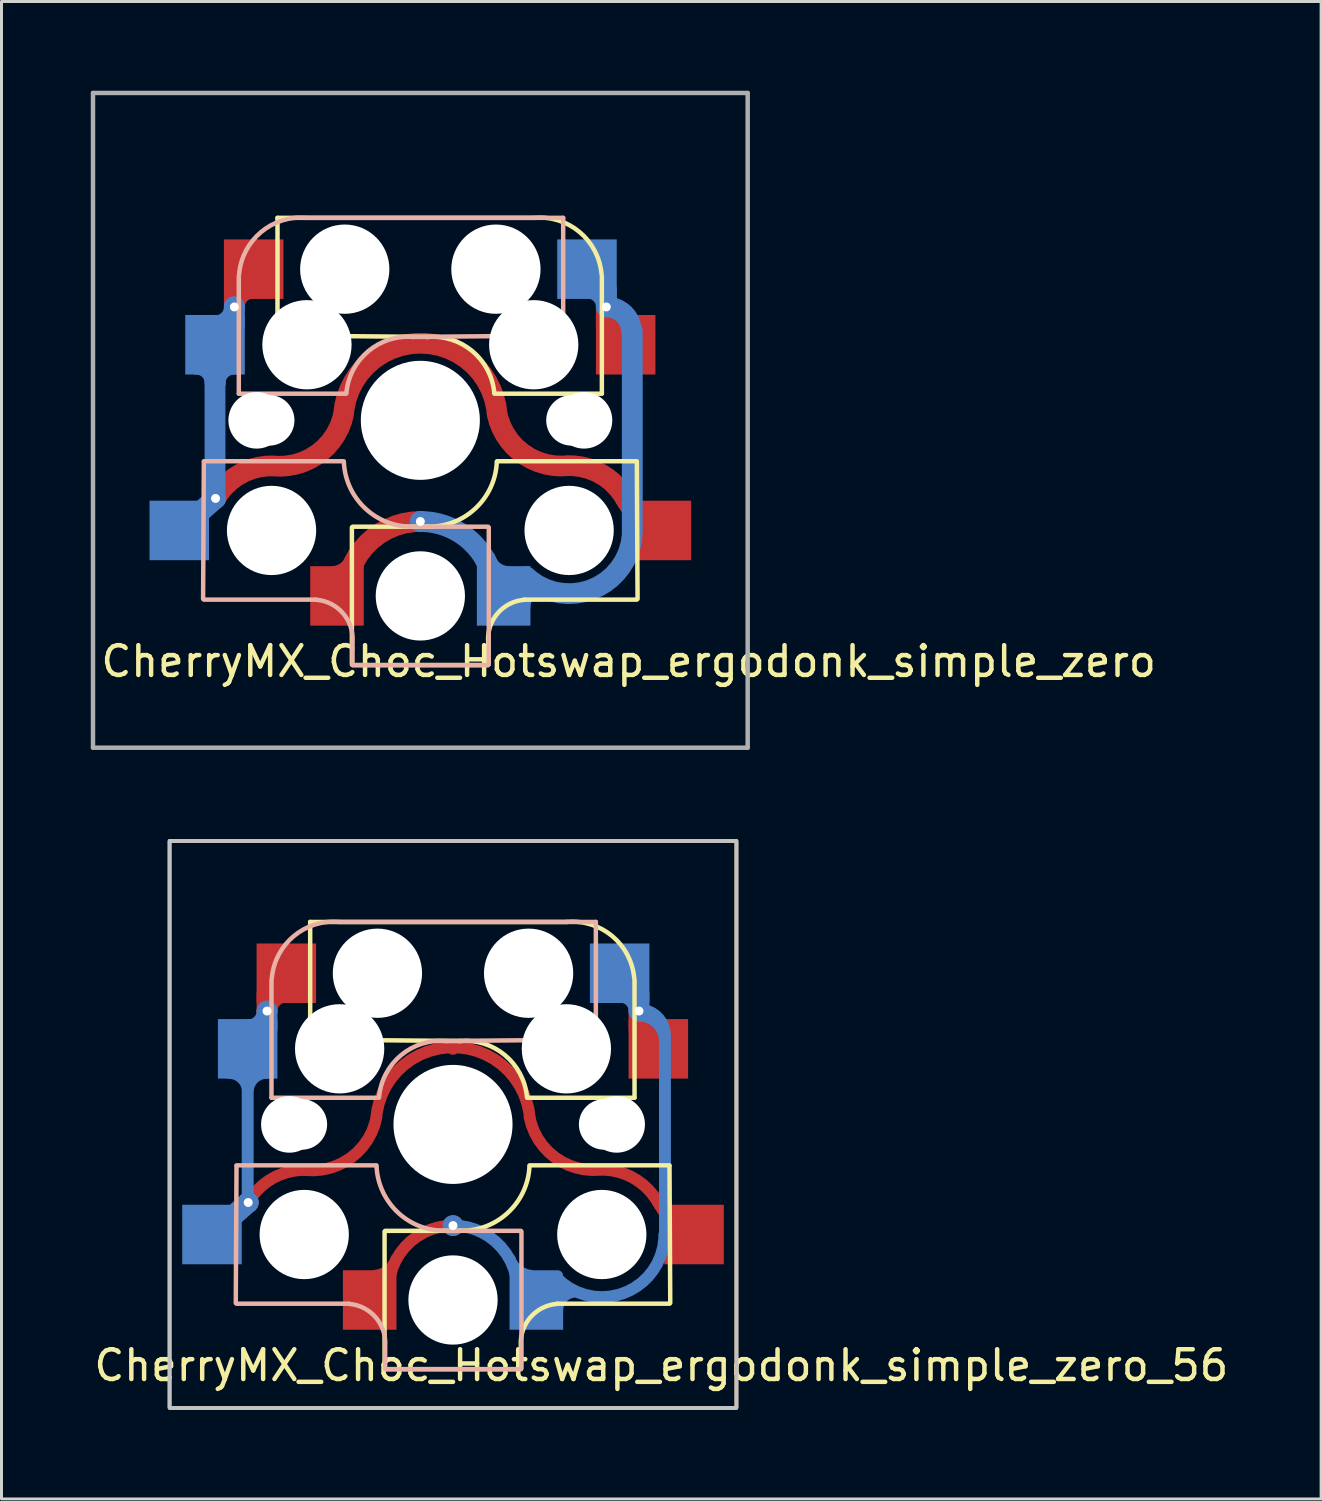
<source format=kicad_pcb>
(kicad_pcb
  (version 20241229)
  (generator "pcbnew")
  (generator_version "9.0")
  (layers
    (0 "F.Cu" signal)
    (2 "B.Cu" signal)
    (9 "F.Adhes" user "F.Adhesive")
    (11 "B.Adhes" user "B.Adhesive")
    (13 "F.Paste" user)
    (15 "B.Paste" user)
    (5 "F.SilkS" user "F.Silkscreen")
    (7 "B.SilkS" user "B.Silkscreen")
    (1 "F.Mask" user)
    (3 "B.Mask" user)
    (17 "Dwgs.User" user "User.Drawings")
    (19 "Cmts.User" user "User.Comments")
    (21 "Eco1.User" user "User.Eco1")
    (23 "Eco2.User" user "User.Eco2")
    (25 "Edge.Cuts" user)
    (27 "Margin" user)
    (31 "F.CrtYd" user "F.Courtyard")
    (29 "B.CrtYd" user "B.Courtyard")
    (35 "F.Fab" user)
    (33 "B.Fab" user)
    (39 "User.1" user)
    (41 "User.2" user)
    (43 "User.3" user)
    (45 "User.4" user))
  (footprint "CherryMX_Choc_Hotswap_ergodonk_simple_zero_56"
    (layer "F.Cu")
    (at 12.173 34.735)
    (property "Reference" "CherryMX_Choc_Hotswap_ergodonk_simple_zero_56" (at 7 8.1 0) (layer "F.SilkS") (effects (font (size 1 1) (thickness 0.15))))
    (attr through_hole)
    (fp_line (start -4.8 -6.804) (end 3.825 -6.804) (stroke (width 0.15) (type solid)) (layer "F.SilkS"))
    (fp_line (start -4.8 -2.896) (end -4.8 -6.804) (stroke (width 0.15) (type solid)) (layer "F.SilkS"))
    (fp_line (start -4.8 -2.85) (end 0.25 -2.804) (stroke (width 0.15) (type solid)) (layer "F.SilkS"))
    (fp_line (start -2.3 3.6) (end -2.3 8.2) (stroke (width 0.15) (type solid)) (layer "F.SilkS"))
    (fp_line (start -2.275 3.575) (end 0.275 3.575) (stroke (width 0.15) (type solid)) (layer "F.SilkS"))
    (fp_line (start -2.275 8.225) (end 2.275 8.225) (stroke (width 0.15) (type solid)) (layer "F.SilkS"))
    (fp_line (start 2.28 7.5) (end 2.28 8.2) (stroke (width 0.15) (type solid)) (layer "F.SilkS"))
    (fp_line (start 2.575 1.375) (end 7.275 1.375) (stroke (width 0.15) (type solid)) (layer "F.SilkS"))
    (fp_line (start 3.5 6.025) (end 7.275 6.025) (stroke (width 0.15) (type solid)) (layer "F.SilkS"))
    (fp_line (start 6.1 -4.85) (end 6.1 -0.905) (stroke (width 0.15) (type solid)) (layer "F.SilkS"))
    (fp_line (start 6.1 -0.896) (end 2.49 -0.896) (stroke (width 0.15) (type solid)) (layer "F.SilkS"))
    (fp_line (start 7.275 1.4) (end 7.3 6) (stroke (width 0.15) (type solid)) (layer "F.SilkS"))
    (fp_rect (start 9.525 -9.525) (end -9.525 9.525) (stroke (width 0.12) (type default)) (fill no) (layer "F.SilkS"))
    (fp_arc (start 0.225 -2.8) (mid 1.744361 -2.328061) (end 2.485 -0.92) (stroke (width 0.15) (type solid)) (layer "F.SilkS"))
    (fp_arc (start 2.28 7.45) (mid 2.595908 6.48733) (end 3.5 6.03) (stroke (width 0.15) (type solid)) (layer "F.SilkS"))
    (fp_arc (start 2.57 1.4) (mid 1.834422 2.975843) (end 0.2 3.57) (stroke (width 0.15) (type solid)) (layer "F.SilkS"))
    (fp_arc (start 3.825 -6.804) (mid 5.347189 -6.33089) (end 6.089 -4.92) (stroke (width 0.15) (type solid)) (layer "F.SilkS"))
    (fp_line (start -7.275 1.4) (end -7.3 6) (stroke (width 0.15) (type solid)) (layer "B.SilkS"))
    (fp_line (start -6.1 -4.85) (end -6.1 -0.905) (stroke (width 0.15) (type solid)) (layer "B.SilkS"))
    (fp_line (start -6.1 -0.896) (end -2.49 -0.896) (stroke (width 0.15) (type solid)) (layer "B.SilkS"))
    (fp_line (start -3.5 6.025) (end -7.275 6.025) (stroke (width 0.15) (type solid)) (layer "B.SilkS"))
    (fp_line (start -2.575 1.375) (end -7.275 1.375) (stroke (width 0.15) (type solid)) (layer "B.SilkS"))
    (fp_line (start -2.28 7.5) (end -2.28 8.2) (stroke (width 0.15) (type solid)) (layer "B.SilkS"))
    (fp_line (start 2.275 3.575) (end -0.275 3.575) (stroke (width 0.15) (type solid)) (layer "B.SilkS"))
    (fp_line (start 2.275 8.225) (end -2.275 8.225) (stroke (width 0.15) (type solid)) (layer "B.SilkS"))
    (fp_line (start 2.3 3.6) (end 2.3 8.2) (stroke (width 0.15) (type solid)) (layer "B.SilkS"))
    (fp_line (start 4.8 -6.804) (end -3.825 -6.804) (stroke (width 0.15) (type solid)) (layer "B.SilkS"))
    (fp_line (start 4.8 -2.896) (end 4.8 -6.804) (stroke (width 0.15) (type solid)) (layer "B.SilkS"))
    (fp_line (start 4.8 -2.85) (end -0.25 -2.804) (stroke (width 0.15) (type solid)) (layer "B.SilkS"))
    (fp_rect (start 9.525 -9.525) (end -9.525 9.525) (stroke (width 0.12) (type default)) (fill no) (layer "B.SilkS"))
    (fp_arc (start -6.089 -4.92) (mid -5.347189 -6.33089) (end -3.825 -6.804) (stroke (width 0.15) (type solid)) (layer "B.SilkS"))
    (fp_arc (start -3.5 6.03) (mid -2.595908 6.48733) (end -2.28 7.45) (stroke (width 0.15) (type solid)) (layer "B.SilkS"))
    (fp_arc (start -2.485 -0.92) (mid -1.744361 -2.328061) (end -0.225 -2.8) (stroke (width 0.15) (type solid)) (layer "B.SilkS"))
    (fp_arc (start -0.2 3.57) (mid -1.834422 2.975843) (end -2.57 1.4) (stroke (width 0.15) (type solid)) (layer "B.SilkS"))
    (fp_rect (start 9.525 -9.525) (end -9.525 9.525) (stroke (width 0.12) (type default)) (fill no) (layer "Dwgs.User"))
    (fp_line (start -9 -9) (end 9 -9) (stroke (width 0.15) (type solid)) (layer "Eco2.User"))
    (fp_line (start -9 9) (end -9 -9) (stroke (width 0.15) (type solid)) (layer "Eco2.User"))
    (fp_line (start -7 -7) (end 7 -7) (stroke (width 0.15) (type solid)) (layer "Eco2.User"))
    (fp_line (start -7 7) (end -7 -7) (stroke (width 0.15) (type solid)) (layer "Eco2.User"))
    (fp_line (start 7 -7) (end 7 7) (stroke (width 0.15) (type solid)) (layer "Eco2.User"))
    (fp_line (start 7 7) (end -7 7) (stroke (width 0.15) (type solid)) (layer "Eco2.User"))
    (fp_line (start 9 -9) (end 9 9) (stroke (width 0.15) (type solid)) (layer "Eco2.User"))
    (fp_line (start 9 9) (end -9 9) (stroke (width 0.15) (type solid)) (layer "Eco2.User"))
    (pad "" np_thru_hole circle (at -5.5 0 90) (size 1.9 1.9) (drill 1.9) (layers "*.Cu" "*.Mask"))
    (pad "" np_thru_hole circle (at -5.08 0) (size 1.7 1.7) (drill 1.7) (layers "*.Cu" "*.Mask"))
    (pad "" np_thru_hole circle (at -5 3.7 90) (size 3 3) (drill 3) (layers "*.Cu" "*.Mask"))
    (pad "" np_thru_hole circle (at -3.81 -2.54 180) (size 3 3) (drill 3) (layers "*.Cu" "*.Mask"))
    (pad "" np_thru_hole circle (at -2.54 -5.08 180) (size 3 3) (drill 3) (layers "*.Cu" "*.Mask"))
    (pad "" np_thru_hole circle (at 0 0 90) (size 4 4) (drill 4) (layers "*.Cu" "*.Mask"))
    (pad "" np_thru_hole circle (at 0 5.9 90) (size 3 3) (drill 3) (layers "*.Cu" "*.Mask"))
    (pad "" np_thru_hole circle (at 2.54 -5.08 180) (size 3 3) (drill 3) (layers "*.Cu" "*.Mask"))
    (pad "" np_thru_hole circle (at 3.81 -2.54 180) (size 3 3) (drill 3) (layers "*.Cu" "*.Mask"))
    (pad "" np_thru_hole circle (at 5 3.7 270) (size 3 3) (drill 3) (layers "*.Cu" "*.Mask"))
    (pad "" np_thru_hole circle (at 5.08 0) (size 1.7 1.7) (drill 1.7) (layers "*.Cu" "*.Mask"))
    (pad "" np_thru_hole circle (at 5.5 0 90) (size 1.9 1.9) (drill 1.9) (layers "*.Cu" "*.Mask"))
    (pad "5" smd rect (at -2.8 5.9 180) (size 1.8 2) (layers "F.Cu" "F.Mask" "F.Paste"))
    (pad "5" smd custom (at 0 3.4 180) (size 0.5 0.5) (layers "F.Cu") (options (anchor circle)) (primitives (gr_arc (start 2.162317 -2.145078) (mid 1.522907 -0.62724) (end 0 0) (width 0.4)) (gr_arc (start 1.91 -1.130079) (mid 2.168641 -1.50068) (end 2.583232 -1.680555) (width 0.4))))
    (pad "5" thru_hole circle (at 0 3.4) (size 0.7 0.7) (drill 0.3) (layers "*.Cu"))
    (pad "5" smd custom (at 1.523 4.027) (size 0.4 0.4) (layers "B.Cu") (options (anchor circle)) (primitives (gr_arc (start -1.522907 -0.62724) (mid 0 0) (end 0.63941 1.517838) (width 0.4)) (gr_arc (start 1.060325 1.053315) (mid 0.645733 0.873441) (end 0.387091 0.50284) (width 0.4))))
    (pad "5" smd roundrect (at 2.8 5.9 180) (size 1.8 2) (layers "B.Cu" "B.Mask" "B.Paste") (roundrect_rratio 0.1) (chamfer_ratio 0) (chamfer top_left top_right bottom_right))
    (pad "5" smd rect (at 5.6 -5.08 180) (size 2 2) (layers "B.Cu" "B.Mask" "B.Paste"))
    (pad "5" smd custom (at 6.19 -3.21) (size 0.5 0.5) (layers "F.Cu" "F.Mask" "F.Paste") (options (anchor circle)) (primitives (gr_arc (start 0.69 0.03) (mid 0.244523 -0.154523) (end 0.06 -0.6) (width 0.7)) (gr_line (start 0.06 -0.6) (end 0.06 0) (width 0.7))))
    (pad "5" thru_hole circle (at 6.25 -3.81) (size 0.7 0.7) (drill 0.3) (layers "*.Cu"))
    (pad "5" smd rect (at 6.9 -2.54 180) (size 2 2) (layers "F.Cu" "F.Mask" "F.Paste"))
    (pad "5" smd custom (at 7.122 0.355 180) (size 0.4 0.4) (layers "B.Cu") (options (anchor circle)) (primitives (gr_line (start 0 -3.345) (end 0 3.345) (width 0.4)) (gr_arc (start 0.867257 4.009817) (mid 0.252074 3.755) (end -0.002743 3.139817) (width 0.4)) (gr_arc (start 0.022075 -3.345) (mid 1.282666 -5.26994) (end 3.55102 -4.883867) (width 0.4)) (gr_arc (start 3.622074 -5.895) (mid 3.437552 -5.449521) (end 2.992074 -5.264996) (width 0.4)) (gr_arc (start 1.502074 4.795) (mid 1.056594 4.610479) (end 0.87207 4.165) (width 0.7)) (gr_line (start 0.872 4.165) (end 0.872 4.765) (width 0.7)) (gr_arc (start 0.87 4.215) (mid 0.254817 3.960183) (end 0 3.345) (width 0.4))))
    (pad "6" smd rect (at -8.1 3.7 180) (size 2 2) (layers "B.Cu" "B.Mask" "B.Paste"))
    (pad "6" smd rect (at -6.9 -2.54 180) (size 2 2) (layers "B.Cu" "B.Mask" "B.Paste"))
    (pad "6" smd custom (at -6.9 -0.06) (size 0.4 0.4) (layers "B.Cu") (options (anchor circle)) (primitives (gr_line (start 0 2.48) (end 0 -2.48) (width 0.4)) (gr_line (start 0.018 2.684) (end -1.2 3.76) (width 0.7)) (gr_arc (start -0.624523 -1.67) (mid -0.179046 -1.485477) (end 0.005477 -1.04) (width 0.4)) (gr_arc (start 0.005477 -1.04) (mid 0.19 -1.485478) (end 0.635477 -1.670003) (width 0.4))))
    (pad "6" thru_hole circle (at -6.882 2.624) (size 0.7 0.7) (drill 0.3) (layers "*.Cu"))
    (pad "6" smd custom (at -6.29 -4.35) (size 0.5 0.5) (layers "F.Cu" "F.Mask" "F.Paste") (options (anchor circle)) (primitives (gr_arc (start 0.04 0.54) (mid 0.224523 0.094523) (end 0.67 -0.09) (width 0.7)) (gr_line (start 0.04 0.54) (end 0.04 -0.06) (width 0.7))))
    (pad "6" smd custom (at -6.29 -3.34) (size 0.5 0.5) (layers "B.Cu" "B.Mask" "B.Paste") (options (anchor circle)) (primitives (gr_arc (start 0.04 -0.47) (mid -0.144523 -0.024523) (end -0.59 0.16) (width 0.7)) (gr_line (start 0.04 -0.47) (end 0.04 0.13) (width 0.7))))
    (pad "6" thru_hole circle (at -6.25 -3.81) (size 0.7 0.7) (drill 0.3) (layers "*.Cu"))
    (pad "6" smd rect (at -5.6 -5.08 180) (size 2 2) (layers "F.Cu" "F.Mask" "F.Paste"))
    (pad "6" smd custom (at -0.004 -2.589 180) (size 0.5 0.5) (layers "F.Cu") (options (anchor circle)) (primitives (gr_arc (start 2.575781 -2.378529) (mid 0 0) (end -2.583521 -2.37012) (width 0.4)) (gr_arc (start -4.952367 -4.112751) (mid -3.433578 -3.695955) (end -2.58352 -2.37012) (width 0.4)) (gr_arc (start -4.952367 -4.112752) (mid -6.069049 -4.392065) (end -6.88535 -5.203635) (width 0.4)) (gr_line (start -6.885 -5.204) (end -7.514 -6.169) (width 0.4)) (gr_arc (start 2.575781 -2.378529) (mid 3.425837 -3.704367) (end 4.944628 -4.121163) (width 0.4)) (gr_arc (start 6.877611 -5.212044) (mid 6.06131 -4.400474) (end 4.944628 -4.12116) (width 0.4))))
    (pad "6" smd rect (at 8.1 3.7 180) (size 2 2) (layers "F.Cu" "F.Mask" "F.Paste")))
  (footprint "CherryMX_Choc_Hotswap_ergodonk_simple_zero"
    (layer "F.Cu")
    (at 11.075 11.075)
    (property "Reference" "CherryMX_Choc_Hotswap_ergodonk_simple_zero" (at 7 8.1 0) (layer "F.SilkS") (effects (font (size 1 1) (thickness 0.15))))
    (attr through_hole)
    (fp_line (start -6.25 -3.81) (end -6.25 -4.41) (stroke (width 0.7) (type solid)) (layer "F.Cu"))
    (fp_line (start 6.25 -3.81) (end 6.25 -3.21) (stroke (width 0.7) (type solid)) (layer "F.Cu"))
    (fp_arc (start -6.25 -3.81) (mid -6.065477 -4.255477) (end -5.62 -4.44) (stroke (width 0.7) (type solid)) (layer "F.Cu"))
    (fp_arc (start 6.88 -3.18) (mid 6.434523 -3.364523) (end 6.25 -3.81) (stroke (width 0.7) (type solid)) (layer "F.Cu"))
    (fp_line (start -6.9 2.42) (end -6.9 -2.54) (stroke (width 0.7) (type default)) (layer "B.Cu"))
    (fp_line (start -6.882 2.624) (end -8.1 3.7) (stroke (width 0.7) (type default)) (layer "B.Cu"))
    (fp_line (start -6.25 -3.81) (end -6.25 -3.21) (stroke (width 0.7) (type solid)) (layer "B.Cu"))
    (fp_arc (start -7.525477 -1.884523) (mid -7.08 -1.7) (end -6.895477 -1.254523) (stroke (width 0.7) (type solid)) (layer "B.Cu"))
    (fp_arc (start -6.894523 -1.254523) (mid -6.71 -1.7) (end -6.264523 -1.884523) (stroke (width 0.7) (type solid)) (layer "B.Cu"))
    (fp_arc (start -6.25 -3.81) (mid -6.434523 -3.364523) (end -6.88 -3.18) (stroke (width 0.7) (type solid)) (layer "B.Cu"))
    (fp_arc (start 0 3.399921) (mid 1.760738 4.12512) (end 2.499999 5.88) (stroke (width 0.7) (type default)) (layer "B.Cu"))
    (fp_arc (start 2.863231 5.240482) (mid 2.448633 5.060611) (end 2.19 4.69) (stroke (width 0.7) (type default)) (layer "B.Cu"))
    (fp_line (start -4.8 -6.804) (end 3.825 -6.804) (stroke (width 0.15) (type solid)) (layer "F.SilkS"))
    (fp_line (start -4.8 -2.896) (end -4.8 -6.804) (stroke (width 0.15) (type solid)) (layer "F.SilkS"))
    (fp_line (start -4.8 -2.85) (end 0.25 -2.804) (stroke (width 0.15) (type solid)) (layer "F.SilkS"))
    (fp_line (start -2.3 3.6) (end -2.3 8.2) (stroke (width 0.15) (type solid)) (layer "F.SilkS"))
    (fp_line (start -2.275 3.575) (end 0.275 3.575) (stroke (width 0.15) (type solid)) (layer "F.SilkS"))
    (fp_line (start -2.275 8.225) (end 2.275 8.225) (stroke (width 0.15) (type solid)) (layer "F.SilkS"))
    (fp_line (start 2.28 7.5) (end 2.28 8.2) (stroke (width 0.15) (type solid)) (layer "F.SilkS"))
    (fp_line (start 2.575 1.375) (end 7.275 1.375) (stroke (width 0.15) (type solid)) (layer "F.SilkS"))
    (fp_line (start 3.5 6.025) (end 7.275 6.025) (stroke (width 0.15) (type solid)) (layer "F.SilkS"))
    (fp_line (start 6.1 -4.85) (end 6.1 -0.905) (stroke (width 0.15) (type solid)) (layer "F.SilkS"))
    (fp_line (start 6.1 -0.896) (end 2.49 -0.896) (stroke (width 0.15) (type solid)) (layer "F.SilkS"))
    (fp_line (start 7.275 1.4) (end 7.3 6) (stroke (width 0.15) (type solid)) (layer "F.SilkS"))
    (fp_arc (start 0.225 -2.8) (mid 1.744361 -2.328061) (end 2.485 -0.92) (stroke (width 0.15) (type solid)) (layer "F.SilkS"))
    (fp_arc (start 2.28 7.45) (mid 2.595908 6.48733) (end 3.5 6.03) (stroke (width 0.15) (type solid)) (layer "F.SilkS"))
    (fp_arc (start 2.57 1.4) (mid 1.834422 2.975843) (end 0.2 3.57) (stroke (width 0.15) (type solid)) (layer "F.SilkS"))
    (fp_arc (start 3.825 -6.804) (mid 5.347189 -6.33089) (end 6.089 -4.92) (stroke (width 0.15) (type solid)) (layer "F.SilkS"))
    (fp_line (start -7.275 1.4) (end -7.3 6) (stroke (width 0.15) (type solid)) (layer "B.SilkS"))
    (fp_line (start -6.1 -4.85) (end -6.1 -0.905) (stroke (width 0.15) (type solid)) (layer "B.SilkS"))
    (fp_line (start -6.1 -0.896) (end -2.49 -0.896) (stroke (width 0.15) (type solid)) (layer "B.SilkS"))
    (fp_line (start -3.5 6.025) (end -7.275 6.025) (stroke (width 0.15) (type solid)) (layer "B.SilkS"))
    (fp_line (start -2.575 1.375) (end -7.275 1.375) (stroke (width 0.15) (type solid)) (layer "B.SilkS"))
    (fp_line (start -2.28 7.5) (end -2.28 8.2) (stroke (width 0.15) (type solid)) (layer "B.SilkS"))
    (fp_line (start 2.275 3.575) (end -0.275 3.575) (stroke (width 0.15) (type solid)) (layer "B.SilkS"))
    (fp_line (start 2.275 8.225) (end -2.275 8.225) (stroke (width 0.15) (type solid)) (layer "B.SilkS"))
    (fp_line (start 2.3 3.6) (end 2.3 8.2) (stroke (width 0.15) (type solid)) (layer "B.SilkS"))
    (fp_line (start 4.8 -6.804) (end -3.825 -6.804) (stroke (width 0.15) (type solid)) (layer "B.SilkS"))
    (fp_line (start 4.8 -2.896) (end 4.8 -6.804) (stroke (width 0.15) (type solid)) (layer "B.SilkS"))
    (fp_line (start 4.8 -2.85) (end -0.25 -2.804) (stroke (width 0.15) (type solid)) (layer "B.SilkS"))
    (fp_arc (start -6.089 -4.92) (mid -5.347189 -6.33089) (end -3.825 -6.804) (stroke (width 0.15) (type solid)) (layer "B.SilkS"))
    (fp_arc (start -3.5 6.03) (mid -2.595908 6.48733) (end -2.28 7.45) (stroke (width 0.15) (type solid)) (layer "B.SilkS"))
    (fp_arc (start -2.485 -0.92) (mid -1.744361 -2.328061) (end -0.225 -2.8) (stroke (width 0.15) (type solid)) (layer "B.SilkS"))
    (fp_arc (start -0.2 3.57) (mid -1.834422 2.975843) (end -2.57 1.4) (stroke (width 0.15) (type solid)) (layer "B.SilkS"))
    (fp_line (start -9 -9) (end 9 -9) (stroke (width 0.15) (type solid)) (layer "Eco2.User"))
    (fp_line (start -9 9) (end -9 -9) (stroke (width 0.15) (type solid)) (layer "Eco2.User"))
    (fp_line (start -7 -7) (end 7 -7) (stroke (width 0.15) (type solid)) (layer "Eco2.User"))
    (fp_line (start -7 7) (end -7 -7) (stroke (width 0.15) (type solid)) (layer "Eco2.User"))
    (fp_line (start 7 -7) (end 7 7) (stroke (width 0.15) (type solid)) (layer "Eco2.User"))
    (fp_line (start 7 7) (end -7 7) (stroke (width 0.15) (type solid)) (layer "Eco2.User"))
    (fp_line (start 9 -9) (end 9 9) (stroke (width 0.15) (type solid)) (layer "Eco2.User"))
    (fp_line (start 9 9) (end -9 9) (stroke (width 0.15) (type solid)) (layer "Eco2.User"))
    (fp_line (start -11 -11) (end -11 11) (stroke (width 0.15) (type solid)) (layer "F.Fab"))
    (fp_line (start -11 11) (end 11 11) (stroke (width 0.15) (type solid)) (layer "F.Fab"))
    (fp_line (start 11 -11) (end -11 -11) (stroke (width 0.15) (type solid)) (layer "F.Fab"))
    (fp_line (start 11 11) (end 11 -11) (stroke (width 0.15) (type solid)) (layer "F.Fab"))
    (pad "" np_thru_hole circle (at -5.5 0 90) (size 1.9 1.9) (drill 1.9) (layers "*.Cu" "*.Mask"))
    (pad "" np_thru_hole circle (at -5.08 0) (size 1.7 1.7) (drill 1.7) (layers "*.Cu" "*.Mask"))
    (pad "" np_thru_hole circle (at -5 3.7 90) (size 3 3) (drill 3) (layers "*.Cu" "*.Mask"))
    (pad "" np_thru_hole circle (at -3.81 -2.54 180) (size 3 3) (drill 3) (layers "*.Cu" "*.Mask"))
    (pad "" np_thru_hole circle (at -2.54 -5.08 180) (size 3 3) (drill 3) (layers "*.Cu" "*.Mask"))
    (pad "" np_thru_hole circle (at 0 0 90) (size 4 4) (drill 4) (layers "*.Cu" "*.Mask"))
    (pad "" np_thru_hole circle (at 0 5.9 90) (size 3 3) (drill 3) (layers "*.Cu" "*.Mask"))
    (pad "" np_thru_hole circle (at 2.54 -5.08 180) (size 3 3) (drill 3) (layers "*.Cu" "*.Mask"))
    (pad "" np_thru_hole circle (at 3.81 -2.54 180) (size 3 3) (drill 3) (layers "*.Cu" "*.Mask"))
    (pad "" np_thru_hole circle (at 5 3.7 270) (size 3 3) (drill 3) (layers "*.Cu" "*.Mask"))
    (pad "" np_thru_hole circle (at 5.08 0) (size 1.7 1.7) (drill 1.7) (layers "*.Cu" "*.Mask"))
    (pad "" np_thru_hole circle (at 5.5 0 90) (size 1.9 1.9) (drill 1.9) (layers "*.Cu" "*.Mask"))
    (pad "1" smd rect (at -8.1 3.7 180) (size 2 2) (layers "B.Cu" "B.Mask" "B.Paste"))
    (pad "1" smd rect (at -6.9 -2.54 180) (size 2 2) (layers "B.Cu" "B.Mask" "B.Paste"))
    (pad "1" thru_hole circle (at -6.882 2.624) (size 0.7 0.7) (drill 0.3) (layers "*.Cu"))
    (pad "1" thru_hole circle (at -6.25 -3.81) (size 0.7 0.7) (drill 0.3) (layers "*.Cu"))
    (pad "1" smd rect (at -5.6 -5.08 180) (size 2 2) (layers "F.Cu" "F.Mask" "F.Paste"))
    (pad "1" smd custom (at -0.004 -2.589 180) (size 0.5 0.5) (layers "F.Cu" "F.Mask" "F.Paste") (options (anchor circle)) (primitives (gr_arc (start 2.575781 -2.378529) (mid 0 0) (end -2.58352 -2.37012) (width 0.7)) (gr_arc (start -4.952367 -4.112751) (mid -3.433579 -3.695956) (end -2.58352 -2.37012) (width 0.7)) (gr_arc (start -4.952367 -4.112752) (mid -6.069048 -4.392065) (end -6.88535 -5.203635) (width 0.7)) (gr_arc (start 2.575781 -2.378529) (mid 3.425838 -3.704366) (end 4.944628 -4.12116) (width 0.7)) (gr_arc (start 6.877611 -5.212044) (mid 6.06131 -4.400474) (end 4.944628 -4.121161) (width 0.7)) (gr_line (start -6.885 -5.204) (end -7.514 -6.169) (width 0.7))))
    (pad "1" smd rect (at 8.1 3.7 180) (size 2 2) (layers "F.Cu" "F.Mask" "F.Paste"))
    (pad "2" smd rect (at -2.8 5.9 180) (size 1.8 2) (layers "F.Cu" "F.Mask" "F.Paste"))
    (pad "2" smd custom (at 0 3.4 180) (size 0.5 0.5) (layers "F.Cu") (options (anchor circle)) (primitives (gr_arc (start 2.499999 -2.480079) (mid 1.760738 -0.725199) (end 0 0) (width 0.7)) (gr_arc (start 2.19 -1.290079) (mid 2.448641 -1.660682) (end 2.863231 -1.840561) (width 0.7))))
    (pad "2" thru_hole circle (at 0 3.4) (size 0.7 0.7) (drill 0.3) (layers "*.Cu"))
    (pad "2" smd rect (at 2.8 5.9 180) (size 1.8 2) (layers "B.Cu" "B.Mask" "B.Paste"))
    (pad "2" smd rect (at 5.6 -5.08 180) (size 2 2) (layers "B.Cu" "B.Mask" "B.Paste"))
    (pad "2" thru_hole circle (at 6.25 -3.81) (size 0.7 0.7) (drill 0.3) (layers "*.Cu"))
    (pad "2" smd rect (at 6.9 -2.54 180) (size 2 2) (layers "F.Cu" "F.Mask" "F.Paste"))
    (pad "2" smd custom (at 7.14 -0.04 180) (size 0.5 0.5) (layers "B.Cu") (options (anchor circle)) (primitives (gr_line (start 0.018 -3.74) (end 0.018 2.95) (width 0.7)) (gr_arc (start 0.017926 -3.74) (mid 1.291769 -5.685174) (end 3.583968 -5.295042) (width 0.7)) (gr_arc (start 0.89 3.77) (mid 0.288959 3.521041) (end 0.04 2.92) (width 0.7)) (gr_arc (start 1.52 4.4) (mid 1.074523 4.215477) (end 0.89 3.77) (width 0.7)) (gr_arc (start 3.79 -6.29) (mid 3.605477 -5.844523) (end 3.16 -5.66) (width 0.7)) (gr_line (start 0.89 3.77) (end 0.89 4.37) (width 0.7)))))
  (gr_rect
    (start -3 -3)
    (end 41.345 47.32)
    (stroke (width 0.1) (type default))
    (fill no)
    (layer "Edge.Cuts")))
</source>
